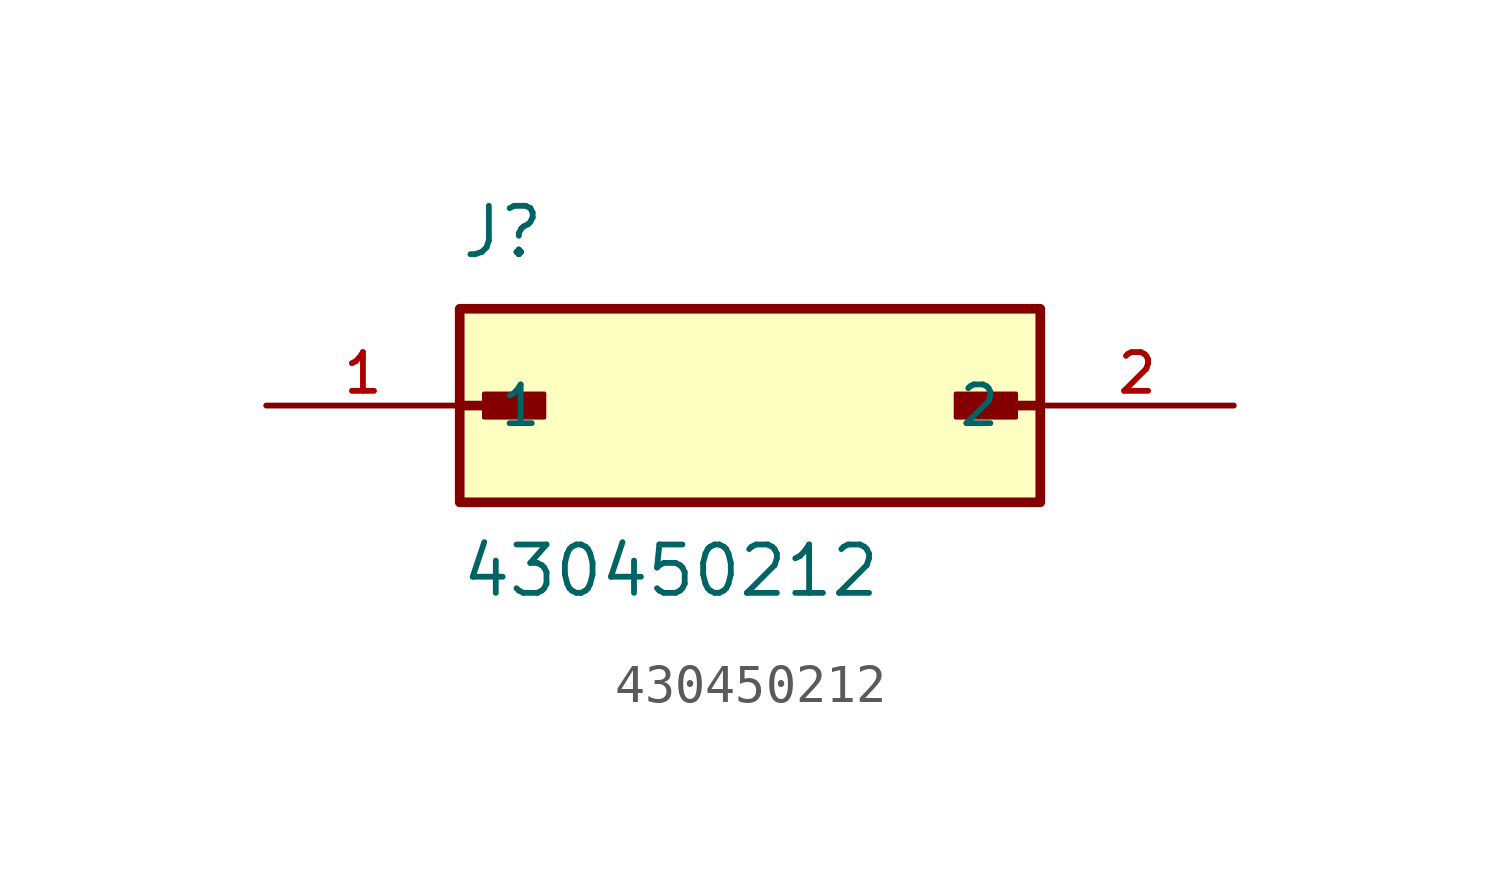
<source format=kicad_sym>
(kicad_symbol_lib
  (version 20211014)
  (generator kicad_symbol_editor)
  (symbol "430450212"
    (pin_names
      (offset 1.016))
    (property "Reference" "J"
      (at -7.62 3.81 0)
      (effects (font (size 1.27 1.27)) (justify bottom left)))
    (property "Value" "430450212"
      (at -7.62 -5.08 0)
      (effects (font (size 1.27 1.27)) (justify bottom left)))
    (symbol "430450212_0_0"
      (polyline (pts (xy -7.62 0.0) (xy -5.715 0.0)) (stroke (width 0.254)))
      (rectangle (start -6.985 -0.318) (end -5.397 0.318) (stroke (width 0.1)) (fill (type outline)))
      (polyline (pts (xy 7.62 0.0) (xy 5.715 0.0)) (stroke (width 0.254)))
      (rectangle (start 5.397 -0.318) (end 6.985 0.318) (stroke (width 0.1)) (fill (type outline)))
      (rectangle (start -7.62 -2.54) (end 7.62 2.54) (stroke (width 0.254)) (fill (type background)))
      (pin passive line (at -12.7 0.0 0) (length 5.08) (name "1" (effects (font (size 1.016 1.016)))) (number "1" (effects (font (size 1.016 1.016)))))
      (pin passive line (at 12.7 0.0 180.0) (length 5.08) (name "2" (effects (font (size 1.016 1.016)))) (number "2" (effects (font (size 1.016 1.016))))))))
</source>
